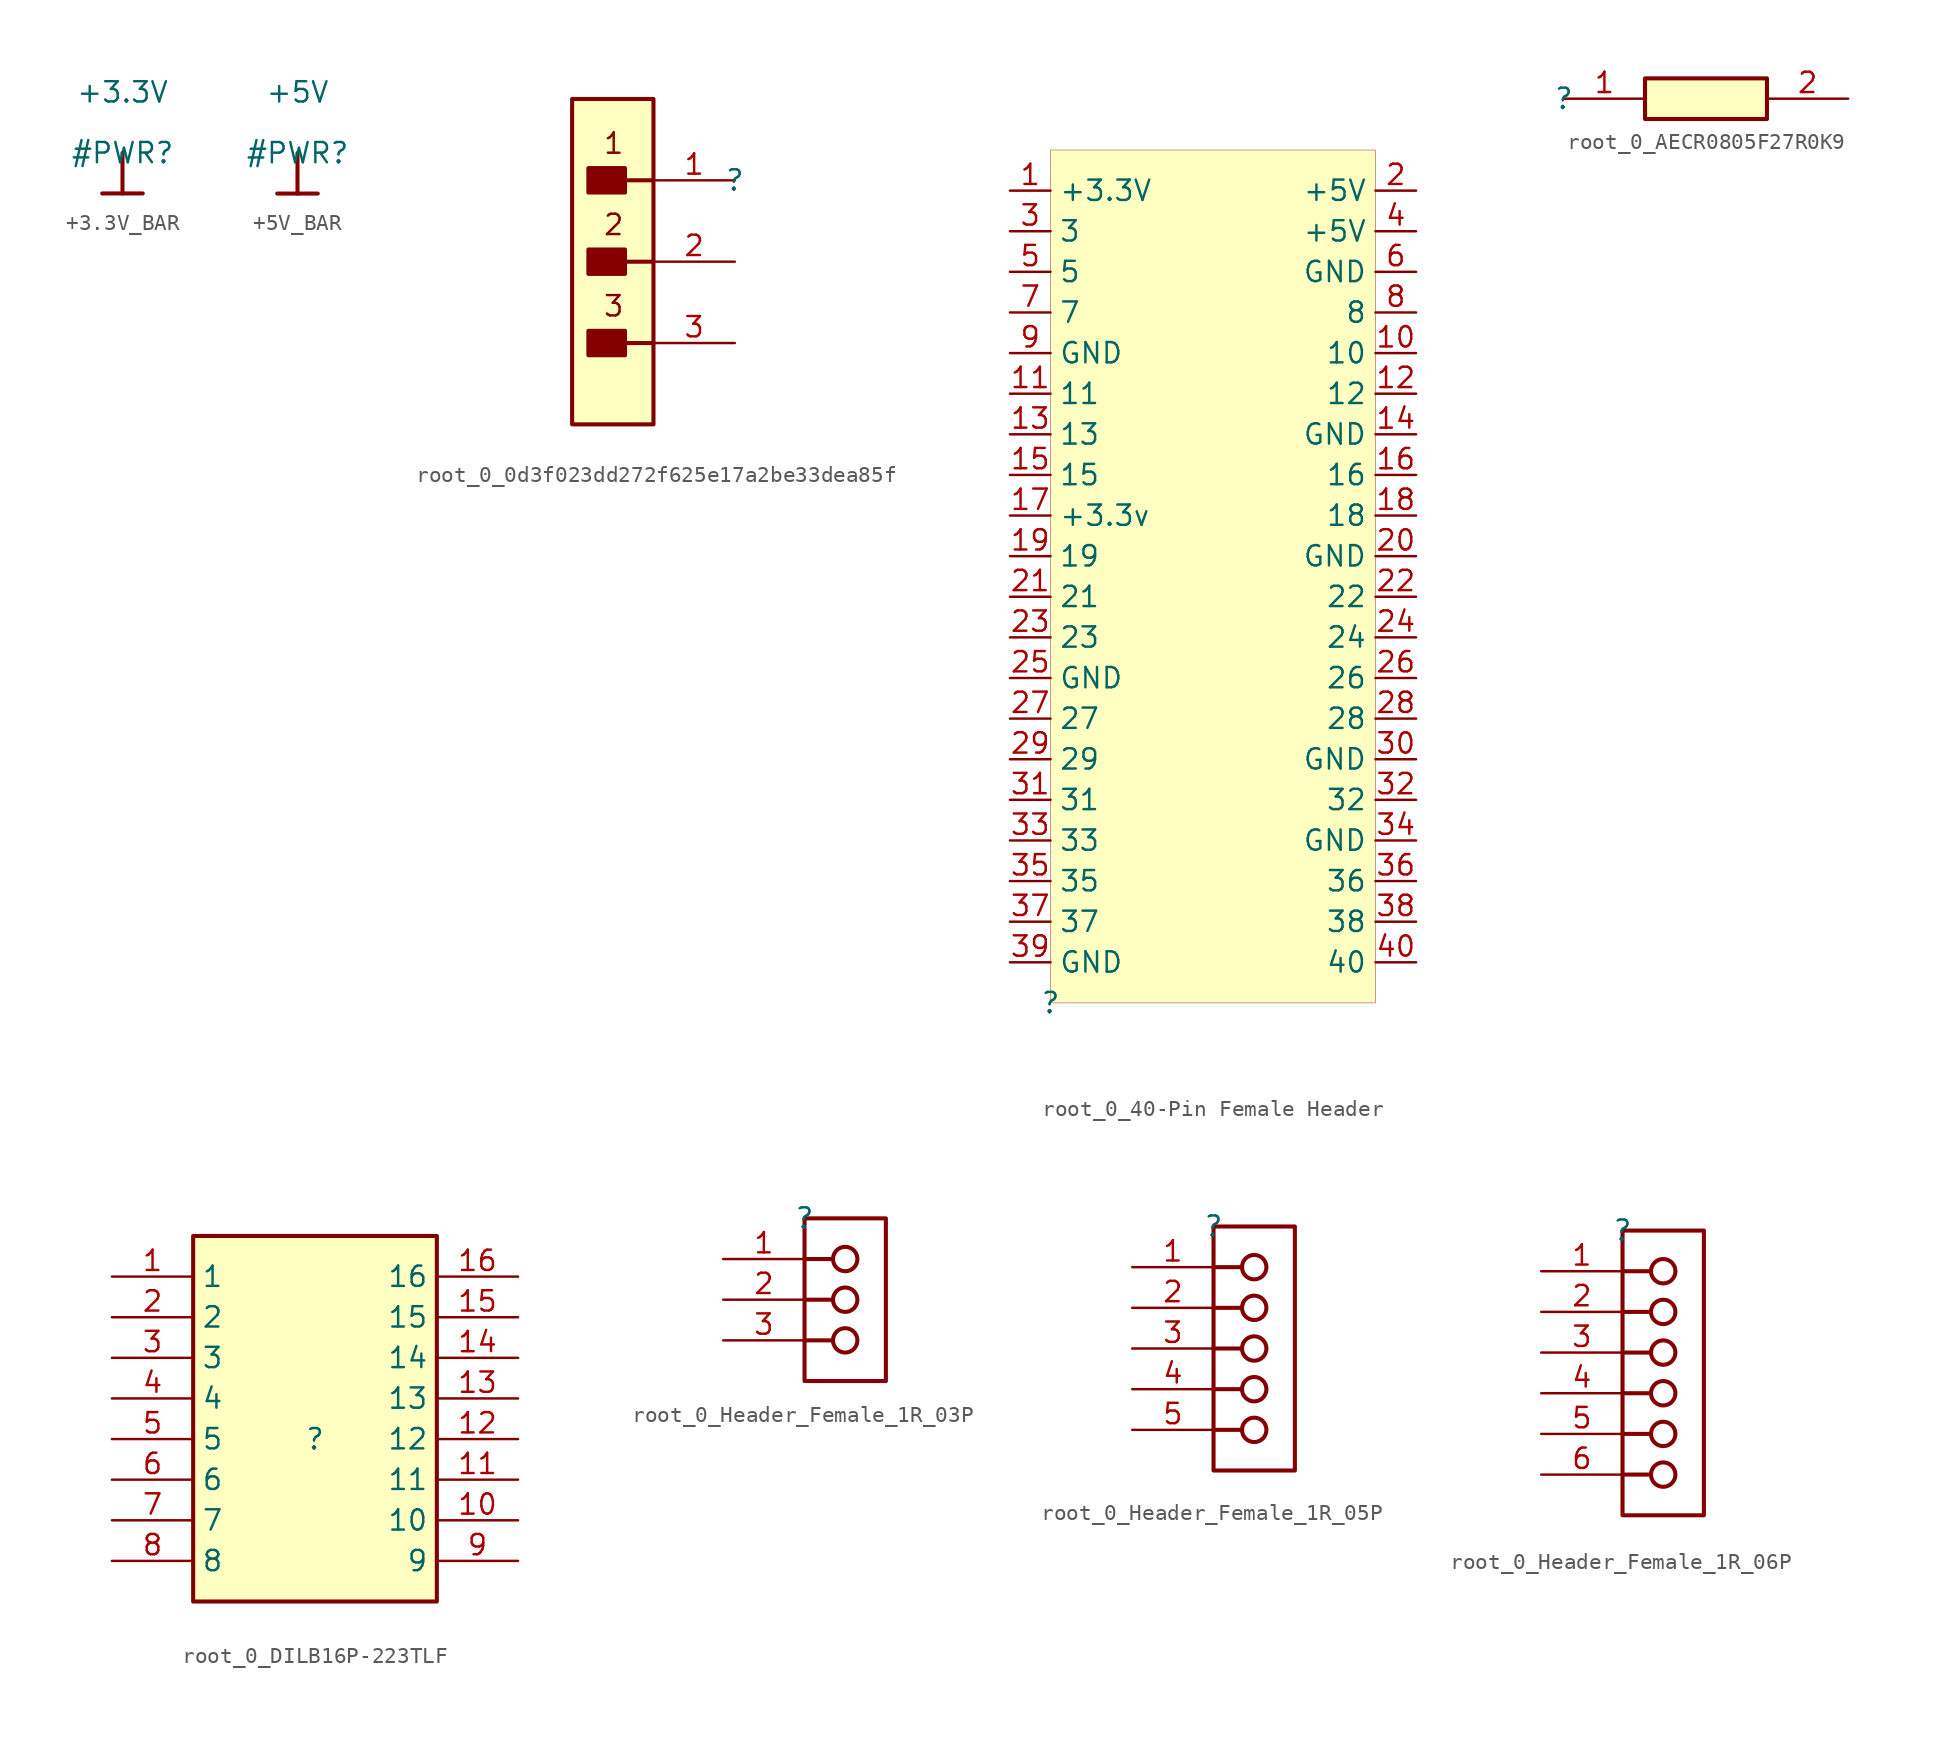
<source format=kicad_sym>
(kicad_symbol_lib
  (version 20231120)
  (generator "kicad_symbol_editor")
  (generator_version "8.0")
  (symbol "+3.3V_BAR"
    (power)
    (property "Reference" "#PWR"
      (at 0 0 0)
      (effects (font (size 1.27 1.27))))
    (property "Value" "+3.3V"
      (at 0 3.81 0)
      (effects (font (size 1.27 1.27))))
    (symbol "+3.3V_BAR_0_0"
      (polyline (pts (xy -1.27 -2.54) (xy 1.27 -2.54)) (stroke (width 0.254) (type solid)) (fill (type none)))
      (polyline (pts (xy 0 0) (xy 0 -2.54)) (stroke (width 0.254) (type solid)) (fill (type none)))
      (pin power_in line (at 0 0 0) (length 0) hide (name "+3.3V" (effects (font (size 1.27 1.27)))) (number "" (effects (font (size 1.27 1.27)))))))
  (symbol "+5V_BAR"
    (power)
    (property "Reference" "#PWR"
      (at 0 0 0)
      (effects (font (size 1.27 1.27))))
    (property "Value" "+5V"
      (at 0 3.81 0)
      (effects (font (size 1.27 1.27))))
    (symbol "+5V_BAR_0_0"
      (polyline (pts (xy -1.27 -2.54) (xy 1.27 -2.54)) (stroke (width 0.254) (type solid)) (fill (type none)))
      (polyline (pts (xy 0 0) (xy 0 -2.54)) (stroke (width 0.254) (type solid)) (fill (type none)))
      (pin power_in line (at 0 0 0) (length 0) hide (name "+5V" (effects (font (size 1.27 1.27)))) (number "" (effects (font (size 1.27 1.27)))))))
  (symbol "root_0_0d3f023dd272f625e17a2be33dea85f"
    (property "Reference" ""
      (at 0 0 0)
      (effects (font (size 1.27 1.27))))
    (property "Value" ""
      (at 0 0 0)
      (effects (font (size 1.27 1.27))))
    (symbol "root_0_0d3f023dd272f625e17a2be33dea85f_1_0"
      (rectangle (start -6.858 -9.398) (end -9.144 -10.922) (stroke (width 0.254) (type solid)) (fill (type outline)))
      (rectangle (start -6.858 -4.318) (end -9.144 -5.842) (stroke (width 0.254) (type solid)) (fill (type outline)))
      (rectangle (start -6.858 0.762) (end -9.144 -0.762) (stroke (width 0.254) (type solid)) (fill (type outline)))
      (rectangle (start -5.08 5.08) (end -10.16 -15.24) (stroke (width 0.254) (type solid) (color 128 0 0 1)) (fill (type background)))
      (polyline (pts (xy -6.858 -10.16) (xy -5.08 -10.16)) (stroke (width 0.254) (type solid)) (fill (type none)))
      (polyline (pts (xy -6.858 -5.08) (xy -5.08 -5.08)) (stroke (width 0.254) (type solid)) (fill (type none)))
      (polyline (pts (xy -6.858 0) (xy -5.08 0)) (stroke (width 0.254) (type solid)) (fill (type none)))
      (text "1" (at -6.858 3.048 0) (effects (font (size 1.27 1.27)) (justify right top)))
      (text "2" (at -6.858 -2.032 0) (effects (font (size 1.27 1.27)) (justify right top)))
      (text "3" (at -6.858 -7.112 0) (effects (font (size 1.27 1.27)) (justify right top)))
      (pin passive line (at 0 0 180) (length 5.08) (name "1" (effects (font (size 0 0)))) (number "1" (effects (font (size 1.27 1.27)))))
      (pin passive line (at 0 -5.08 180) (length 5.08) (name "2" (effects (font (size 0 0)))) (number "2" (effects (font (size 1.27 1.27)))))
      (pin passive line (at 0 -10.16 180) (length 5.08) (name "3" (effects (font (size 0 0)))) (number "3" (effects (font (size 1.27 1.27)))))))
  (symbol "root_0_40-Pin Female Header"
    (property "Reference" ""
      (at 0 0 0)
      (effects (font (size 1.27 1.27))))
    (property "Value" ""
      (at 0 0 0)
      (effects (font (size 1.27 1.27))))
    (symbol "root_0_40-Pin Female Header_1_0"
      (rectangle (start 20.32 53.34) (end 0 0) (stroke (width 0.025) (type solid) (color 128 0 0 1)) (fill (type background)))
      (pin passive line (at -2.54 50.8 0) (length 2.54) (name "+3.3V" (effects (font (size 1.27 1.27)))) (number "1" (effects (font (size 1.27 1.27)))))
      (pin passive line (at 22.86 40.64 180) (length 2.54) (name "10" (effects (font (size 1.27 1.27)))) (number "10" (effects (font (size 1.27 1.27)))))
      (pin passive line (at -2.54 38.1 0) (length 2.54) (name "11" (effects (font (size 1.27 1.27)))) (number "11" (effects (font (size 1.27 1.27)))))
      (pin passive line (at 22.86 38.1 180) (length 2.54) (name "12" (effects (font (size 1.27 1.27)))) (number "12" (effects (font (size 1.27 1.27)))))
      (pin passive line (at -2.54 35.56 0) (length 2.54) (name "13" (effects (font (size 1.27 1.27)))) (number "13" (effects (font (size 1.27 1.27)))))
      (pin passive line (at 22.86 35.56 180) (length 2.54) (name "GND" (effects (font (size 1.27 1.27)))) (number "14" (effects (font (size 1.27 1.27)))))
      (pin passive line (at -2.54 33.02 0) (length 2.54) (name "15" (effects (font (size 1.27 1.27)))) (number "15" (effects (font (size 1.27 1.27)))))
      (pin passive line (at 22.86 33.02 180) (length 2.54) (name "16" (effects (font (size 1.27 1.27)))) (number "16" (effects (font (size 1.27 1.27)))))
      (pin passive line (at -2.54 30.48 0) (length 2.54) (name "+3.3v" (effects (font (size 1.27 1.27)))) (number "17" (effects (font (size 1.27 1.27)))))
      (pin passive line (at 22.86 30.48 180) (length 2.54) (name "18" (effects (font (size 1.27 1.27)))) (number "18" (effects (font (size 1.27 1.27)))))
      (pin passive line (at -2.54 27.94 0) (length 2.54) (name "19" (effects (font (size 1.27 1.27)))) (number "19" (effects (font (size 1.27 1.27)))))
      (pin passive line (at 22.86 50.8 180) (length 2.54) (name "+5V" (effects (font (size 1.27 1.27)))) (number "2" (effects (font (size 1.27 1.27)))))
      (pin passive line (at 22.86 27.94 180) (length 2.54) (name "GND" (effects (font (size 1.27 1.27)))) (number "20" (effects (font (size 1.27 1.27)))))
      (pin passive line (at -2.54 25.4 0) (length 2.54) (name "21" (effects (font (size 1.27 1.27)))) (number "21" (effects (font (size 1.27 1.27)))))
      (pin passive line (at 22.86 25.4 180) (length 2.54) (name "22" (effects (font (size 1.27 1.27)))) (number "22" (effects (font (size 1.27 1.27)))))
      (pin passive line (at -2.54 22.86 0) (length 2.54) (name "23" (effects (font (size 1.27 1.27)))) (number "23" (effects (font (size 1.27 1.27)))))
      (pin passive line (at 22.86 22.86 180) (length 2.54) (name "24" (effects (font (size 1.27 1.27)))) (number "24" (effects (font (size 1.27 1.27)))))
      (pin passive line (at -2.54 20.32 0) (length 2.54) (name "GND" (effects (font (size 1.27 1.27)))) (number "25" (effects (font (size 1.27 1.27)))))
      (pin passive line (at 22.86 20.32 180) (length 2.54) (name "26" (effects (font (size 1.27 1.27)))) (number "26" (effects (font (size 1.27 1.27)))))
      (pin passive line (at -2.54 17.78 0) (length 2.54) (name "27" (effects (font (size 1.27 1.27)))) (number "27" (effects (font (size 1.27 1.27)))))
      (pin passive line (at 22.86 17.78 180) (length 2.54) (name "28" (effects (font (size 1.27 1.27)))) (number "28" (effects (font (size 1.27 1.27)))))
      (pin passive line (at -2.54 15.24 0) (length 2.54) (name "29" (effects (font (size 1.27 1.27)))) (number "29" (effects (font (size 1.27 1.27)))))
      (pin passive line (at -2.54 48.26 0) (length 2.54) (name "3" (effects (font (size 1.27 1.27)))) (number "3" (effects (font (size 1.27 1.27)))))
      (pin passive line (at 22.86 15.24 180) (length 2.54) (name "GND" (effects (font (size 1.27 1.27)))) (number "30" (effects (font (size 1.27 1.27)))))
      (pin passive line (at -2.54 12.7 0) (length 2.54) (name "31" (effects (font (size 1.27 1.27)))) (number "31" (effects (font (size 1.27 1.27)))))
      (pin passive line (at 22.86 12.7 180) (length 2.54) (name "32" (effects (font (size 1.27 1.27)))) (number "32" (effects (font (size 1.27 1.27)))))
      (pin passive line (at -2.54 10.16 0) (length 2.54) (name "33" (effects (font (size 1.27 1.27)))) (number "33" (effects (font (size 1.27 1.27)))))
      (pin passive line (at 22.86 10.16 180) (length 2.54) (name "GND" (effects (font (size 1.27 1.27)))) (number "34" (effects (font (size 1.27 1.27)))))
      (pin passive line (at -2.54 7.62 0) (length 2.54) (name "35" (effects (font (size 1.27 1.27)))) (number "35" (effects (font (size 1.27 1.27)))))
      (pin passive line (at 22.86 7.62 180) (length 2.54) (name "36" (effects (font (size 1.27 1.27)))) (number "36" (effects (font (size 1.27 1.27)))))
      (pin passive line (at -2.54 5.08 0) (length 2.54) (name "37" (effects (font (size 1.27 1.27)))) (number "37" (effects (font (size 1.27 1.27)))))
      (pin passive line (at 22.86 5.08 180) (length 2.54) (name "38" (effects (font (size 1.27 1.27)))) (number "38" (effects (font (size 1.27 1.27)))))
      (pin passive line (at -2.54 2.54 0) (length 2.54) (name "GND" (effects (font (size 1.27 1.27)))) (number "39" (effects (font (size 1.27 1.27)))))
      (pin passive line (at 22.86 48.26 180) (length 2.54) (name "+5V" (effects (font (size 1.27 1.27)))) (number "4" (effects (font (size 1.27 1.27)))))
      (pin passive line (at 22.86 2.54 180) (length 2.54) (name "40" (effects (font (size 1.27 1.27)))) (number "40" (effects (font (size 1.27 1.27)))))
      (pin passive line (at -2.54 45.72 0) (length 2.54) (name "5" (effects (font (size 1.27 1.27)))) (number "5" (effects (font (size 1.27 1.27)))))
      (pin passive line (at 22.86 45.72 180) (length 2.54) (name "GND" (effects (font (size 1.27 1.27)))) (number "6" (effects (font (size 1.27 1.27)))))
      (pin passive line (at -2.54 43.18 0) (length 2.54) (name "7" (effects (font (size 1.27 1.27)))) (number "7" (effects (font (size 1.27 1.27)))))
      (pin passive line (at 22.86 43.18 180) (length 2.54) (name "8" (effects (font (size 1.27 1.27)))) (number "8" (effects (font (size 1.27 1.27)))))
      (pin passive line (at -2.54 40.64 0) (length 2.54) (name "GND" (effects (font (size 1.27 1.27)))) (number "9" (effects (font (size 1.27 1.27)))))))
  (symbol "root_0_AECR0805F27R0K9"
    (property "Reference" ""
      (at 0 0 0)
      (effects (font (size 1.27 1.27))))
    (property "Value" ""
      (at 0 0 0)
      (effects (font (size 1.27 1.27))))
    (symbol "root_0_AECR0805F27R0K9_1_0"
      (rectangle (start 12.7 1.27) (end 5.08 -1.27) (stroke (width 0.254) (type solid) (color 128 0 0 1)) (fill (type background)))
      (pin passive line (at 0 0 0) (length 5.08) (name "1" (effects (font (size 0 0)))) (number "1" (effects (font (size 1.27 1.27)))))
      (pin passive line (at 17.78 0 180) (length 5.08) (name "2" (effects (font (size 0 0)))) (number "2" (effects (font (size 1.27 1.27)))))))
  (symbol "root_0_DILB16P-223TLF"
    (property "Reference" ""
      (at 0 0 0)
      (effects (font (size 1.27 1.27))))
    (property "Value" ""
      (at 0 0 0)
      (effects (font (size 1.27 1.27))))
    (symbol "root_0_DILB16P-223TLF_1_0"
      (rectangle (start 7.62 12.7) (end -7.62 -10.16) (stroke (width 0.254) (type solid) (color 128 0 0 1)) (fill (type background)))
      (pin passive line (at -12.7 10.16 0) (length 5.08) (name "1" (effects (font (size 1.27 1.27)))) (number "1" (effects (font (size 1.27 1.27)))))
      (pin passive line (at 12.7 -5.08 180) (length 5.08) (name "10" (effects (font (size 1.27 1.27)))) (number "10" (effects (font (size 1.27 1.27)))))
      (pin passive line (at 12.7 -2.54 180) (length 5.08) (name "11" (effects (font (size 1.27 1.27)))) (number "11" (effects (font (size 1.27 1.27)))))
      (pin passive line (at 12.7 0 180) (length 5.08) (name "12" (effects (font (size 1.27 1.27)))) (number "12" (effects (font (size 1.27 1.27)))))
      (pin passive line (at 12.7 2.54 180) (length 5.08) (name "13" (effects (font (size 1.27 1.27)))) (number "13" (effects (font (size 1.27 1.27)))))
      (pin passive line (at 12.7 5.08 180) (length 5.08) (name "14" (effects (font (size 1.27 1.27)))) (number "14" (effects (font (size 1.27 1.27)))))
      (pin passive line (at 12.7 7.62 180) (length 5.08) (name "15" (effects (font (size 1.27 1.27)))) (number "15" (effects (font (size 1.27 1.27)))))
      (pin passive line (at 12.7 10.16 180) (length 5.08) (name "16" (effects (font (size 1.27 1.27)))) (number "16" (effects (font (size 1.27 1.27)))))
      (pin passive line (at -12.7 7.62 0) (length 5.08) (name "2" (effects (font (size 1.27 1.27)))) (number "2" (effects (font (size 1.27 1.27)))))
      (pin passive line (at -12.7 5.08 0) (length 5.08) (name "3" (effects (font (size 1.27 1.27)))) (number "3" (effects (font (size 1.27 1.27)))))
      (pin passive line (at -12.7 2.54 0) (length 5.08) (name "4" (effects (font (size 1.27 1.27)))) (number "4" (effects (font (size 1.27 1.27)))))
      (pin passive line (at -12.7 0 0) (length 5.08) (name "5" (effects (font (size 1.27 1.27)))) (number "5" (effects (font (size 1.27 1.27)))))
      (pin passive line (at -12.7 -2.54 0) (length 5.08) (name "6" (effects (font (size 1.27 1.27)))) (number "6" (effects (font (size 1.27 1.27)))))
      (pin passive line (at -12.7 -5.08 0) (length 5.08) (name "7" (effects (font (size 1.27 1.27)))) (number "7" (effects (font (size 1.27 1.27)))))
      (pin passive line (at -12.7 -7.62 0) (length 5.08) (name "8" (effects (font (size 1.27 1.27)))) (number "8" (effects (font (size 1.27 1.27)))))
      (pin passive line (at 12.7 -7.62 180) (length 5.08) (name "9" (effects (font (size 1.27 1.27)))) (number "9" (effects (font (size 1.27 1.27)))))))
  (symbol "root_0_Header_Female_1R_03P"
    (property "Reference" ""
      (at 0 0 0)
      (effects (font (size 1.27 1.27))))
    (property "Value" ""
      (at 0 0 0)
      (effects (font (size 1.27 1.27))))
    (symbol "root_0_Header_Female_1R_03P_1_0"
      (polyline (pts (xy 0 -7.62) (xy 1.778 -7.62)) (stroke (width 0.254) (type solid)) (fill (type none)))
      (polyline (pts (xy 0 -5.08) (xy 1.778 -5.08)) (stroke (width 0.254) (type solid)) (fill (type none)))
      (polyline (pts (xy 0 -2.54) (xy 1.778 -2.54)) (stroke (width 0.254) (type solid)) (fill (type none)))
      (polyline (pts (xy 5.08 0) (xy 0 0) (xy 0 -10.16) (xy 5.08 -10.16) (xy 5.08 0)) (stroke (width 0.254) (type solid)) (fill (type none)))
      (circle (center 2.54 -7.62) (radius 0.762) (stroke (width 0.254) (type solid)) (fill (type none)))
      (circle (center 2.54 -5.08) (radius 0.762) (stroke (width 0.254) (type solid)) (fill (type none)))
      (circle (center 2.54 -2.54) (radius 0.762) (stroke (width 0.254) (type solid)) (fill (type none)))
      (pin passive line (at -5.08 -2.54 0) (length 5.08) (name "1" (effects (font (size 0 0)))) (number "1" (effects (font (size 1.27 1.27)))))
      (pin passive line (at -5.08 -5.08 0) (length 5.08) (name "2" (effects (font (size 0 0)))) (number "2" (effects (font (size 1.27 1.27)))))
      (pin passive line (at -5.08 -7.62 0) (length 5.08) (name "3" (effects (font (size 0 0)))) (number "3" (effects (font (size 1.27 1.27)))))))
  (symbol "root_0_Header_Female_1R_05P"
    (property "Reference" ""
      (at 0 0 0)
      (effects (font (size 1.27 1.27))))
    (property "Value" ""
      (at 0 0 0)
      (effects (font (size 1.27 1.27))))
    (symbol "root_0_Header_Female_1R_05P_1_0"
      (polyline (pts (xy 0 -12.7) (xy 1.778 -12.7)) (stroke (width 0.254) (type solid)) (fill (type none)))
      (polyline (pts (xy 0 -10.16) (xy 1.778 -10.16)) (stroke (width 0.254) (type solid)) (fill (type none)))
      (polyline (pts (xy 0 -7.62) (xy 1.778 -7.62)) (stroke (width 0.254) (type solid)) (fill (type none)))
      (polyline (pts (xy 0 -5.08) (xy 1.778 -5.08)) (stroke (width 0.254) (type solid)) (fill (type none)))
      (polyline (pts (xy 0 -2.54) (xy 1.778 -2.54)) (stroke (width 0.254) (type solid)) (fill (type none)))
      (polyline (pts (xy 5.08 0) (xy 0 0) (xy 0 -15.24) (xy 5.08 -15.24) (xy 5.08 0)) (stroke (width 0.254) (type solid)) (fill (type none)))
      (circle (center 2.54 -12.7) (radius 0.762) (stroke (width 0.254) (type solid)) (fill (type none)))
      (circle (center 2.54 -10.16) (radius 0.762) (stroke (width 0.254) (type solid)) (fill (type none)))
      (circle (center 2.54 -7.62) (radius 0.762) (stroke (width 0.254) (type solid)) (fill (type none)))
      (circle (center 2.54 -5.08) (radius 0.762) (stroke (width 0.254) (type solid)) (fill (type none)))
      (circle (center 2.54 -2.54) (radius 0.762) (stroke (width 0.254) (type solid)) (fill (type none)))
      (pin passive line (at -5.08 -2.54 0) (length 5.08) (name "1" (effects (font (size 0 0)))) (number "1" (effects (font (size 1.27 1.27)))))
      (pin passive line (at -5.08 -5.08 0) (length 5.08) (name "2" (effects (font (size 0 0)))) (number "2" (effects (font (size 1.27 1.27)))))
      (pin passive line (at -5.08 -7.62 0) (length 5.08) (name "3" (effects (font (size 0 0)))) (number "3" (effects (font (size 1.27 1.27)))))
      (pin passive line (at -5.08 -10.16 0) (length 5.08) (name "4" (effects (font (size 0 0)))) (number "4" (effects (font (size 1.27 1.27)))))
      (pin passive line (at -5.08 -12.7 0) (length 5.08) (name "5" (effects (font (size 0 0)))) (number "5" (effects (font (size 1.27 1.27)))))))
  (symbol "root_0_Header_Female_1R_06P"
    (property "Reference" ""
      (at 0 0 0)
      (effects (font (size 1.27 1.27))))
    (property "Value" ""
      (at 0 0 0)
      (effects (font (size 1.27 1.27))))
    (symbol "root_0_Header_Female_1R_06P_1_0"
      (polyline (pts (xy 0 -15.24) (xy 1.778 -15.24)) (stroke (width 0.254) (type solid)) (fill (type none)))
      (polyline (pts (xy 0 -12.7) (xy 1.778 -12.7)) (stroke (width 0.254) (type solid)) (fill (type none)))
      (polyline (pts (xy 0 -10.16) (xy 1.778 -10.16)) (stroke (width 0.254) (type solid)) (fill (type none)))
      (polyline (pts (xy 0 -7.62) (xy 1.778 -7.62)) (stroke (width 0.254) (type solid)) (fill (type none)))
      (polyline (pts (xy 0 -5.08) (xy 1.778 -5.08)) (stroke (width 0.254) (type solid)) (fill (type none)))
      (polyline (pts (xy 0 -2.54) (xy 1.778 -2.54)) (stroke (width 0.254) (type solid)) (fill (type none)))
      (polyline (pts (xy 5.08 0) (xy 0 0) (xy 0 -17.78) (xy 5.08 -17.78) (xy 5.08 0)) (stroke (width 0.254) (type solid)) (fill (type none)))
      (circle (center 2.54 -15.24) (radius 0.762) (stroke (width 0.254) (type solid)) (fill (type none)))
      (circle (center 2.54 -12.7) (radius 0.762) (stroke (width 0.254) (type solid)) (fill (type none)))
      (circle (center 2.54 -10.16) (radius 0.762) (stroke (width 0.254) (type solid)) (fill (type none)))
      (circle (center 2.54 -7.62) (radius 0.762) (stroke (width 0.254) (type solid)) (fill (type none)))
      (circle (center 2.54 -5.08) (radius 0.762) (stroke (width 0.254) (type solid)) (fill (type none)))
      (circle (center 2.54 -2.54) (radius 0.762) (stroke (width 0.254) (type solid)) (fill (type none)))
      (pin passive line (at -5.08 -2.54 0) (length 5.08) (name "1" (effects (font (size 0 0)))) (number "1" (effects (font (size 1.27 1.27)))))
      (pin passive line (at -5.08 -5.08 0) (length 5.08) (name "2" (effects (font (size 0 0)))) (number "2" (effects (font (size 1.27 1.27)))))
      (pin passive line (at -5.08 -7.62 0) (length 5.08) (name "3" (effects (font (size 0 0)))) (number "3" (effects (font (size 1.27 1.27)))))
      (pin passive line (at -5.08 -10.16 0) (length 5.08) (name "4" (effects (font (size 0 0)))) (number "4" (effects (font (size 1.27 1.27)))))
      (pin passive line (at -5.08 -12.7 0) (length 5.08) (name "5" (effects (font (size 0 0)))) (number "5" (effects (font (size 1.27 1.27)))))
      (pin passive line (at -5.08 -15.24 0) (length 5.08) (name "6" (effects (font (size 0 0)))) (number "6" (effects (font (size 1.27 1.27))))))))
</source>
